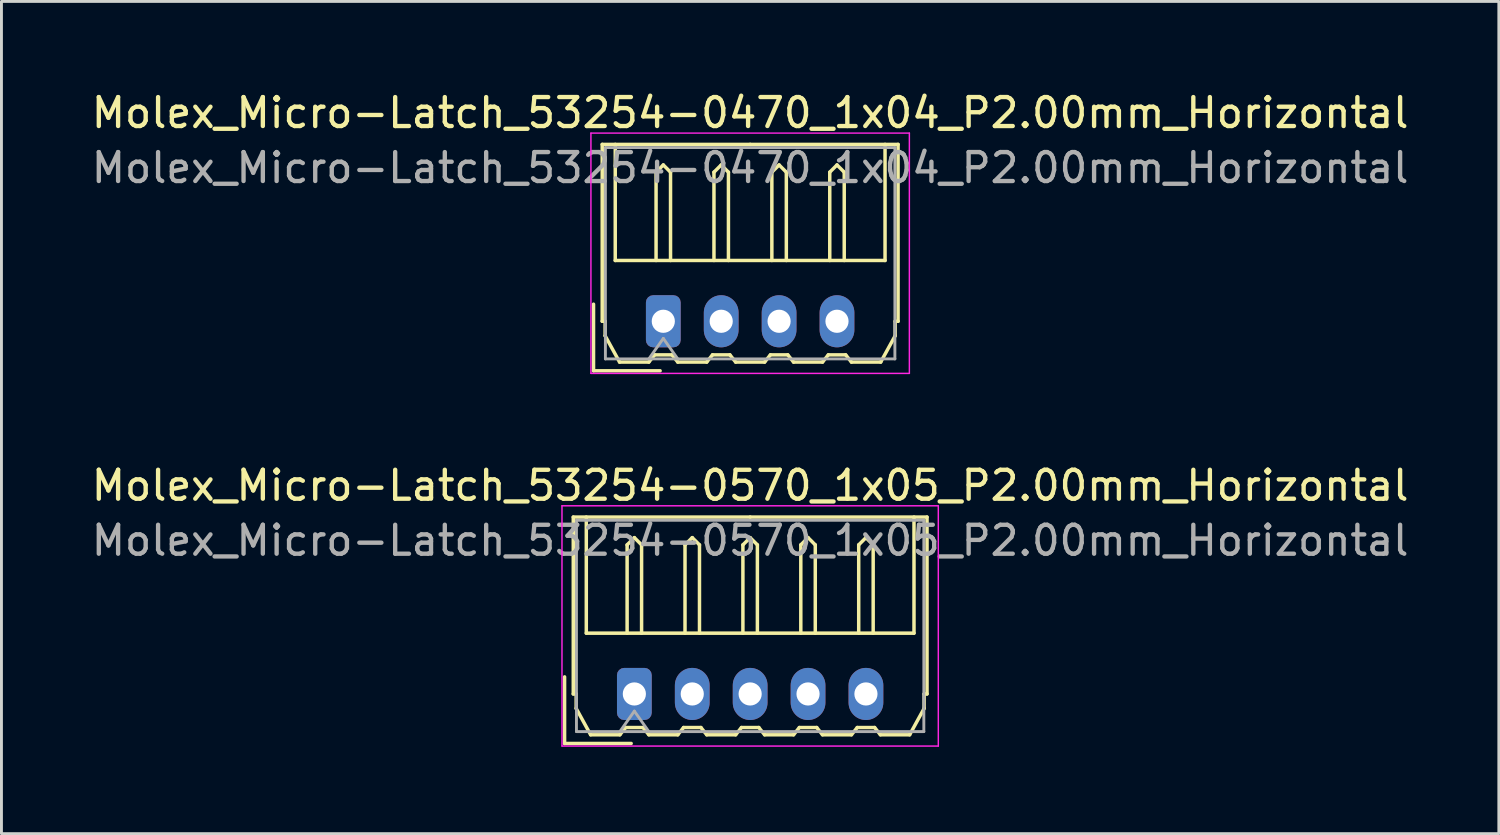
<source format=kicad_pcb>
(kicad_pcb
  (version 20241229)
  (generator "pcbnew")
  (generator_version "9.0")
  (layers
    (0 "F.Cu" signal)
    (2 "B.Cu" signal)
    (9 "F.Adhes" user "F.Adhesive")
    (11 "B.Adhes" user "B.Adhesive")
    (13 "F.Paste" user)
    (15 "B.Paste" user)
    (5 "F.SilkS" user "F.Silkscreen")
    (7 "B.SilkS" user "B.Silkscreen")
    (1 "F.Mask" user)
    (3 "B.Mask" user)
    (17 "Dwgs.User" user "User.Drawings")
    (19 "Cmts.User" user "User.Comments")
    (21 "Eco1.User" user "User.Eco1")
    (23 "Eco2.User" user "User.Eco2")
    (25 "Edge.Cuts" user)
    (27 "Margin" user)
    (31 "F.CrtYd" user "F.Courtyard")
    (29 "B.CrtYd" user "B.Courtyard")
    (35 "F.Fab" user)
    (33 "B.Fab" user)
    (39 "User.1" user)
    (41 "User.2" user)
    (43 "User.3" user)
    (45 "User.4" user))
  (footprint "Molex_Micro-Latch_53254-0570_1x05_P2.00mm_Horizontal"
    (layer "F.Cu")
    (at 18.863 20.922)
    (property "Reference" "Molex_Micro-Latch_53254-0570_1x05_P2.00mm_Horizontal" (at 4 -7.2 0) (layer "F.SilkS") (effects (font (size 1 1) (thickness 0.15))))
    (attr through_hole)
    (fp_line (start -2.41 1.71) (end -2.41 -0.59) (stroke (width 0.12) (type solid)) (layer "F.SilkS"))
    (fp_line (start -2.11 -6.11) (end 4 -6.11) (stroke (width 0.12) (type solid)) (layer "F.SilkS"))
    (fp_line (start -2.11 0) (end -2.11 -6.11) (stroke (width 0.12) (type solid)) (layer "F.SilkS"))
    (fp_line (start -2.01 0) (end -2.11 0) (stroke (width 0.12) (type solid)) (layer "F.SilkS"))
    (fp_line (start -2.01 0.5) (end -2.01 0) (stroke (width 0.12) (type solid)) (layer "F.SilkS"))
    (fp_line (start -1.66 -6.11) (end -1.66 -2.1) (stroke (width 0.12) (type solid)) (layer "F.SilkS"))
    (fp_line (start -1.66 -2.1) (end 9.66 -2.1) (stroke (width 0.12) (type solid)) (layer "F.SilkS"))
    (fp_line (start -1.51 1.41) (end -2.01 0.5) (stroke (width 0.12) (type solid)) (layer "F.SilkS"))
    (fp_line (start -0.5 1.41) (end -1.51 1.41) (stroke (width 0.12) (type solid)) (layer "F.SilkS"))
    (fp_line (start -0.3 1.16) (end -0.5 1.41) (stroke (width 0.12) (type solid)) (layer "F.SilkS"))
    (fp_line (start -0.3 1.16) (end 0.3 1.16) (stroke (width 0.12) (type solid)) (layer "F.SilkS"))
    (fp_line (start -0.25 -5.15) (end 0 -5.4) (stroke (width 0.12) (type solid)) (layer "F.SilkS"))
    (fp_line (start -0.25 -2.1) (end -0.25 -5.15) (stroke (width 0.12) (type solid)) (layer "F.SilkS"))
    (fp_line (start -0.11 1.71) (end -2.41 1.71) (stroke (width 0.12) (type solid)) (layer "F.SilkS"))
    (fp_line (start 0 -5.4) (end 0.25 -5.15) (stroke (width 0.12) (type solid)) (layer "F.SilkS"))
    (fp_line (start 0.25 -5.15) (end 0.25 -2.1) (stroke (width 0.12) (type solid)) (layer "F.SilkS"))
    (fp_line (start 0.3 1.16) (end 0.5 1.41) (stroke (width 0.12) (type solid)) (layer "F.SilkS"))
    (fp_line (start 0.5 1.41) (end 1.5 1.41) (stroke (width 0.12) (type solid)) (layer "F.SilkS"))
    (fp_line (start 1.5 1.41) (end 1.7 1.16) (stroke (width 0.12) (type solid)) (layer "F.SilkS"))
    (fp_line (start 1.7 1.16) (end 2.3 1.16) (stroke (width 0.12) (type solid)) (layer "F.SilkS"))
    (fp_line (start 1.75 -5.15) (end 2 -5.4) (stroke (width 0.12) (type solid)) (layer "F.SilkS"))
    (fp_line (start 1.75 -2.1) (end 1.75 -5.15) (stroke (width 0.12) (type solid)) (layer "F.SilkS"))
    (fp_line (start 2 -5.4) (end 2.25 -5.15) (stroke (width 0.12) (type solid)) (layer "F.SilkS"))
    (fp_line (start 2.25 -5.15) (end 2.25 -2.1) (stroke (width 0.12) (type solid)) (layer "F.SilkS"))
    (fp_line (start 2.3 1.16) (end 2.5 1.41) (stroke (width 0.12) (type solid)) (layer "F.SilkS"))
    (fp_line (start 2.5 1.41) (end 3.5 1.41) (stroke (width 0.12) (type solid)) (layer "F.SilkS"))
    (fp_line (start 3.5 1.41) (end 3.7 1.16) (stroke (width 0.12) (type solid)) (layer "F.SilkS"))
    (fp_line (start 3.7 1.16) (end 4.3 1.16) (stroke (width 0.12) (type solid)) (layer "F.SilkS"))
    (fp_line (start 3.75 -5.15) (end 4 -5.4) (stroke (width 0.12) (type solid)) (layer "F.SilkS"))
    (fp_line (start 3.75 -2.1) (end 3.75 -5.15) (stroke (width 0.12) (type solid)) (layer "F.SilkS"))
    (fp_line (start 4 -5.4) (end 4.25 -5.15) (stroke (width 0.12) (type solid)) (layer "F.SilkS"))
    (fp_line (start 4.25 -5.15) (end 4.25 -2.1) (stroke (width 0.12) (type solid)) (layer "F.SilkS"))
    (fp_line (start 4.3 1.16) (end 4.5 1.41) (stroke (width 0.12) (type solid)) (layer "F.SilkS"))
    (fp_line (start 4.5 1.41) (end 5.5 1.41) (stroke (width 0.12) (type solid)) (layer "F.SilkS"))
    (fp_line (start 5.5 1.41) (end 5.7 1.16) (stroke (width 0.12) (type solid)) (layer "F.SilkS"))
    (fp_line (start 5.7 1.16) (end 6.3 1.16) (stroke (width 0.12) (type solid)) (layer "F.SilkS"))
    (fp_line (start 5.75 -5.15) (end 6 -5.4) (stroke (width 0.12) (type solid)) (layer "F.SilkS"))
    (fp_line (start 5.75 -2.1) (end 5.75 -5.15) (stroke (width 0.12) (type solid)) (layer "F.SilkS"))
    (fp_line (start 6 -5.4) (end 6.25 -5.15) (stroke (width 0.12) (type solid)) (layer "F.SilkS"))
    (fp_line (start 6.25 -5.15) (end 6.25 -2.1) (stroke (width 0.12) (type solid)) (layer "F.SilkS"))
    (fp_line (start 6.3 1.16) (end 6.5 1.41) (stroke (width 0.12) (type solid)) (layer "F.SilkS"))
    (fp_line (start 6.5 1.41) (end 7.5 1.41) (stroke (width 0.12) (type solid)) (layer "F.SilkS"))
    (fp_line (start 7.5 1.41) (end 7.7 1.16) (stroke (width 0.12) (type solid)) (layer "F.SilkS"))
    (fp_line (start 7.7 1.16) (end 8.3 1.16) (stroke (width 0.12) (type solid)) (layer "F.SilkS"))
    (fp_line (start 7.75 -5.15) (end 8 -5.4) (stroke (width 0.12) (type solid)) (layer "F.SilkS"))
    (fp_line (start 7.75 -2.1) (end 7.75 -5.15) (stroke (width 0.12) (type solid)) (layer "F.SilkS"))
    (fp_line (start 8 -5.4) (end 8.25 -5.15) (stroke (width 0.12) (type solid)) (layer "F.SilkS"))
    (fp_line (start 8.25 -5.15) (end 8.25 -2.1) (stroke (width 0.12) (type solid)) (layer "F.SilkS"))
    (fp_line (start 8.3 1.16) (end 8.5 1.41) (stroke (width 0.12) (type solid)) (layer "F.SilkS"))
    (fp_line (start 8.5 1.41) (end 9.51 1.41) (stroke (width 0.12) (type solid)) (layer "F.SilkS"))
    (fp_line (start 9.51 1.41) (end 10.01 0.5) (stroke (width 0.12) (type solid)) (layer "F.SilkS"))
    (fp_line (start 9.66 -2.1) (end 9.66 -6.11) (stroke (width 0.12) (type solid)) (layer "F.SilkS"))
    (fp_line (start 10.01 0) (end 10.11 0) (stroke (width 0.12) (type solid)) (layer "F.SilkS"))
    (fp_line (start 10.01 0.5) (end 10.01 0) (stroke (width 0.12) (type solid)) (layer "F.SilkS"))
    (fp_line (start 10.11 -6.11) (end 4 -6.11) (stroke (width 0.12) (type solid)) (layer "F.SilkS"))
    (fp_line (start 10.11 0) (end 10.11 -6.11) (stroke (width 0.12) (type solid)) (layer "F.SilkS"))
    (fp_line (start -2.5 -6.5) (end -2.5 1.8) (stroke (width 0.05) (type solid)) (layer "F.CrtYd"))
    (fp_line (start -2.5 1.8) (end 10.5 1.8) (stroke (width 0.05) (type solid)) (layer "F.CrtYd"))
    (fp_line (start 10.5 -6.5) (end -2.5 -6.5) (stroke (width 0.05) (type solid)) (layer "F.CrtYd"))
    (fp_line (start 10.5 1.8) (end 10.5 -6.5) (stroke (width 0.05) (type solid)) (layer "F.CrtYd"))
    (fp_line (start -2 -6) (end -2 1.3) (stroke (width 0.1) (type solid)) (layer "F.Fab"))
    (fp_line (start -2 1.3) (end 10 1.3) (stroke (width 0.1) (type solid)) (layer "F.Fab"))
    (fp_line (start -0.5 1.3) (end 0 0.593) (stroke (width 0.1) (type solid)) (layer "F.Fab"))
    (fp_line (start 0 0.593) (end 0.5 1.3) (stroke (width 0.1) (type solid)) (layer "F.Fab"))
    (fp_line (start 10 -6) (end -2 -6) (stroke (width 0.1) (type solid)) (layer "F.Fab"))
    (fp_line (start 10 1.3) (end 10 -6) (stroke (width 0.1) (type solid)) (layer "F.Fab"))
    (fp_text user "${REFERENCE}" (at 4 -5.3 0) (layer "F.Fab") (effects (font (size 1 1) (thickness 0.15))))
    (pad "1" thru_hole roundrect (at 0 0) (size 1.2 1.8) (drill 0.8) (layers "*.Cu" "*.Mask") (roundrect_rratio 0.208))
    (pad "2" thru_hole oval (at 2 0) (size 1.2 1.8) (drill 0.8) (layers "*.Cu" "*.Mask"))
    (pad "3" thru_hole oval (at 4 0) (size 1.2 1.8) (drill 0.8) (layers "*.Cu" "*.Mask"))
    (pad "4" thru_hole oval (at 6 0) (size 1.2 1.8) (drill 0.8) (layers "*.Cu" "*.Mask"))
    (pad "5" thru_hole oval (at 8 0) (size 1.2 1.8) (drill 0.8) (layers "*.Cu" "*.Mask")))
  (footprint "Molex_Micro-Latch_53254-0470_1x04_P2.00mm_Horizontal"
    (layer "F.Cu")
    (at 19.863 8.048)
    (property "Reference" "Molex_Micro-Latch_53254-0470_1x04_P2.00mm_Horizontal" (at 3 -7.2 0) (layer "F.SilkS") (effects (font (size 1 1) (thickness 0.15))))
    (attr through_hole)
    (fp_line (start -2.41 1.71) (end -2.41 -0.59) (stroke (width 0.12) (type solid)) (layer "F.SilkS"))
    (fp_line (start -2.11 -6.11) (end 3 -6.11) (stroke (width 0.12) (type solid)) (layer "F.SilkS"))
    (fp_line (start -2.11 0) (end -2.11 -6.11) (stroke (width 0.12) (type solid)) (layer "F.SilkS"))
    (fp_line (start -2.01 0) (end -2.11 0) (stroke (width 0.12) (type solid)) (layer "F.SilkS"))
    (fp_line (start -2.01 0.5) (end -2.01 0) (stroke (width 0.12) (type solid)) (layer "F.SilkS"))
    (fp_line (start -1.66 -6.11) (end -1.66 -2.1) (stroke (width 0.12) (type solid)) (layer "F.SilkS"))
    (fp_line (start -1.66 -2.1) (end 7.66 -2.1) (stroke (width 0.12) (type solid)) (layer "F.SilkS"))
    (fp_line (start -1.51 1.41) (end -2.01 0.5) (stroke (width 0.12) (type solid)) (layer "F.SilkS"))
    (fp_line (start -0.5 1.41) (end -1.51 1.41) (stroke (width 0.12) (type solid)) (layer "F.SilkS"))
    (fp_line (start -0.3 1.16) (end -0.5 1.41) (stroke (width 0.12) (type solid)) (layer "F.SilkS"))
    (fp_line (start -0.3 1.16) (end 0.3 1.16) (stroke (width 0.12) (type solid)) (layer "F.SilkS"))
    (fp_line (start -0.25 -5.15) (end 0 -5.4) (stroke (width 0.12) (type solid)) (layer "F.SilkS"))
    (fp_line (start -0.25 -2.1) (end -0.25 -5.15) (stroke (width 0.12) (type solid)) (layer "F.SilkS"))
    (fp_line (start -0.11 1.71) (end -2.41 1.71) (stroke (width 0.12) (type solid)) (layer "F.SilkS"))
    (fp_line (start 0 -5.4) (end 0.25 -5.15) (stroke (width 0.12) (type solid)) (layer "F.SilkS"))
    (fp_line (start 0.25 -5.15) (end 0.25 -2.1) (stroke (width 0.12) (type solid)) (layer "F.SilkS"))
    (fp_line (start 0.3 1.16) (end 0.5 1.41) (stroke (width 0.12) (type solid)) (layer "F.SilkS"))
    (fp_line (start 0.5 1.41) (end 1.5 1.41) (stroke (width 0.12) (type solid)) (layer "F.SilkS"))
    (fp_line (start 1.5 1.41) (end 1.7 1.16) (stroke (width 0.12) (type solid)) (layer "F.SilkS"))
    (fp_line (start 1.7 1.16) (end 2.3 1.16) (stroke (width 0.12) (type solid)) (layer "F.SilkS"))
    (fp_line (start 1.75 -5.15) (end 2 -5.4) (stroke (width 0.12) (type solid)) (layer "F.SilkS"))
    (fp_line (start 1.75 -2.1) (end 1.75 -5.15) (stroke (width 0.12) (type solid)) (layer "F.SilkS"))
    (fp_line (start 2 -5.4) (end 2.25 -5.15) (stroke (width 0.12) (type solid)) (layer "F.SilkS"))
    (fp_line (start 2.25 -5.15) (end 2.25 -2.1) (stroke (width 0.12) (type solid)) (layer "F.SilkS"))
    (fp_line (start 2.3 1.16) (end 2.5 1.41) (stroke (width 0.12) (type solid)) (layer "F.SilkS"))
    (fp_line (start 2.5 1.41) (end 3.5 1.41) (stroke (width 0.12) (type solid)) (layer "F.SilkS"))
    (fp_line (start 3.5 1.41) (end 3.7 1.16) (stroke (width 0.12) (type solid)) (layer "F.SilkS"))
    (fp_line (start 3.7 1.16) (end 4.3 1.16) (stroke (width 0.12) (type solid)) (layer "F.SilkS"))
    (fp_line (start 3.75 -5.15) (end 4 -5.4) (stroke (width 0.12) (type solid)) (layer "F.SilkS"))
    (fp_line (start 3.75 -2.1) (end 3.75 -5.15) (stroke (width 0.12) (type solid)) (layer "F.SilkS"))
    (fp_line (start 4 -5.4) (end 4.25 -5.15) (stroke (width 0.12) (type solid)) (layer "F.SilkS"))
    (fp_line (start 4.25 -5.15) (end 4.25 -2.1) (stroke (width 0.12) (type solid)) (layer "F.SilkS"))
    (fp_line (start 4.3 1.16) (end 4.5 1.41) (stroke (width 0.12) (type solid)) (layer "F.SilkS"))
    (fp_line (start 4.5 1.41) (end 5.5 1.41) (stroke (width 0.12) (type solid)) (layer "F.SilkS"))
    (fp_line (start 5.5 1.41) (end 5.7 1.16) (stroke (width 0.12) (type solid)) (layer "F.SilkS"))
    (fp_line (start 5.7 1.16) (end 6.3 1.16) (stroke (width 0.12) (type solid)) (layer "F.SilkS"))
    (fp_line (start 5.75 -5.15) (end 6 -5.4) (stroke (width 0.12) (type solid)) (layer "F.SilkS"))
    (fp_line (start 5.75 -2.1) (end 5.75 -5.15) (stroke (width 0.12) (type solid)) (layer "F.SilkS"))
    (fp_line (start 6 -5.4) (end 6.25 -5.15) (stroke (width 0.12) (type solid)) (layer "F.SilkS"))
    (fp_line (start 6.25 -5.15) (end 6.25 -2.1) (stroke (width 0.12) (type solid)) (layer "F.SilkS"))
    (fp_line (start 6.3 1.16) (end 6.5 1.41) (stroke (width 0.12) (type solid)) (layer "F.SilkS"))
    (fp_line (start 6.5 1.41) (end 7.51 1.41) (stroke (width 0.12) (type solid)) (layer "F.SilkS"))
    (fp_line (start 7.51 1.41) (end 8.01 0.5) (stroke (width 0.12) (type solid)) (layer "F.SilkS"))
    (fp_line (start 7.66 -2.1) (end 7.66 -6.11) (stroke (width 0.12) (type solid)) (layer "F.SilkS"))
    (fp_line (start 8.01 0) (end 8.11 0) (stroke (width 0.12) (type solid)) (layer "F.SilkS"))
    (fp_line (start 8.01 0.5) (end 8.01 0) (stroke (width 0.12) (type solid)) (layer "F.SilkS"))
    (fp_line (start 8.11 -6.11) (end 3 -6.11) (stroke (width 0.12) (type solid)) (layer "F.SilkS"))
    (fp_line (start 8.11 0) (end 8.11 -6.11) (stroke (width 0.12) (type solid)) (layer "F.SilkS"))
    (fp_line (start -2.5 -6.5) (end -2.5 1.8) (stroke (width 0.05) (type solid)) (layer "F.CrtYd"))
    (fp_line (start -2.5 1.8) (end 8.5 1.8) (stroke (width 0.05) (type solid)) (layer "F.CrtYd"))
    (fp_line (start 8.5 -6.5) (end -2.5 -6.5) (stroke (width 0.05) (type solid)) (layer "F.CrtYd"))
    (fp_line (start 8.5 1.8) (end 8.5 -6.5) (stroke (width 0.05) (type solid)) (layer "F.CrtYd"))
    (fp_line (start -2 -6) (end -2 1.3) (stroke (width 0.1) (type solid)) (layer "F.Fab"))
    (fp_line (start -2 1.3) (end 8 1.3) (stroke (width 0.1) (type solid)) (layer "F.Fab"))
    (fp_line (start -0.5 1.3) (end 0 0.593) (stroke (width 0.1) (type solid)) (layer "F.Fab"))
    (fp_line (start 0 0.593) (end 0.5 1.3) (stroke (width 0.1) (type solid)) (layer "F.Fab"))
    (fp_line (start 8 -6) (end -2 -6) (stroke (width 0.1) (type solid)) (layer "F.Fab"))
    (fp_line (start 8 1.3) (end 8 -6) (stroke (width 0.1) (type solid)) (layer "F.Fab"))
    (fp_text user "${REFERENCE}" (at 3 -5.3 0) (layer "F.Fab") (effects (font (size 1 1) (thickness 0.15))))
    (pad "1" thru_hole roundrect (at 0 0) (size 1.2 1.8) (drill 0.8) (layers "*.Cu" "*.Mask") (roundrect_rratio 0.208))
    (pad "2" thru_hole oval (at 2 0) (size 1.2 1.8) (drill 0.8) (layers "*.Cu" "*.Mask"))
    (pad "3" thru_hole oval (at 4 0) (size 1.2 1.8) (drill 0.8) (layers "*.Cu" "*.Mask"))
    (pad "4" thru_hole oval (at 6 0) (size 1.2 1.8) (drill 0.8) (layers "*.Cu" "*.Mask")))
  (gr_rect
    (start -3 -3)
    (end 48.726 25.747)
    (stroke (width 0.1) (type default))
    (fill no)
    (layer "Edge.Cuts")))
</source>
